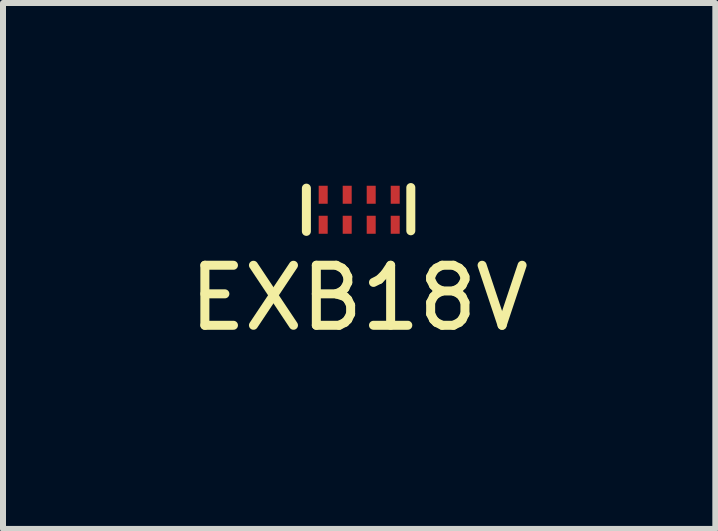
<source format=kicad_pcb>
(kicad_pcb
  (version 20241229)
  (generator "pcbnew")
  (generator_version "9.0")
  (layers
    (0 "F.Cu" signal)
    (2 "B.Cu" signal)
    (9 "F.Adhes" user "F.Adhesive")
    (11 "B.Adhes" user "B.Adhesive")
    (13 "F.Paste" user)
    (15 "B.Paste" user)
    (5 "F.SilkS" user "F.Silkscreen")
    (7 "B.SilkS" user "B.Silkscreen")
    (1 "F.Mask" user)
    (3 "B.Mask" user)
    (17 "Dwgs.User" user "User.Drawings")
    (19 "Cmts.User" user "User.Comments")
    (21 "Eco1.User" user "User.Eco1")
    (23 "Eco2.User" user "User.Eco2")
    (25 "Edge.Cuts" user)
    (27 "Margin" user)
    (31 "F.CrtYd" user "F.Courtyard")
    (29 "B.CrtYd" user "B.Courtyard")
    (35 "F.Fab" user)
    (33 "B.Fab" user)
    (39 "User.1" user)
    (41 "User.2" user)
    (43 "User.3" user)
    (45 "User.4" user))
  (footprint "EXB18V"
    (layer "F.Cu")
    (at 2.935 0.445)
    (property "Reference" "EXB18V" (at 0 1.47 0) (layer "F.SilkS") (effects (font (size 1 1) (thickness 0.15))))
    (attr through_hole)
    (fp_line (start -0.88 -0.36) (end -0.88 0.36) (stroke (width 0.15) (type solid)) (layer "F.SilkS"))
    (fp_line (start 0.86 -0.37) (end 0.86 0.35) (stroke (width 0.15) (type solid)) (layer "F.SilkS"))
    (pad "1" smd rect (at -0.6 -0.25) (size 0.15 0.3) (layers "F.Cu" "F.Mask" "F.Paste"))
    (pad "2" smd rect (at -0.2 -0.25) (size 0.15 0.3) (layers "F.Cu" "F.Mask" "F.Paste"))
    (pad "3" smd rect (at 0.2 -0.25) (size 0.15 0.3) (layers "F.Cu" "F.Mask" "F.Paste"))
    (pad "4" smd rect (at 0.6 -0.25) (size 0.15 0.3) (layers "F.Cu" "F.Mask" "F.Paste"))
    (pad "5" smd rect (at 0.6 0.25) (size 0.15 0.3) (layers "F.Cu" "F.Mask" "F.Paste"))
    (pad "6" smd rect (at 0.2 0.25) (size 0.15 0.3) (layers "F.Cu" "F.Mask" "F.Paste"))
    (pad "7" smd rect (at -0.2 0.25) (size 0.15 0.3) (layers "F.Cu" "F.Mask" "F.Paste"))
    (pad "8" smd rect (at -0.6 0.25) (size 0.15 0.3) (layers "F.Cu" "F.Mask" "F.Paste")))
  (gr_rect
    (start -3 -3)
    (end 8.869 5.763)
    (stroke (width 0.1) (type default))
    (fill no)
    (layer "Edge.Cuts")))
</source>
